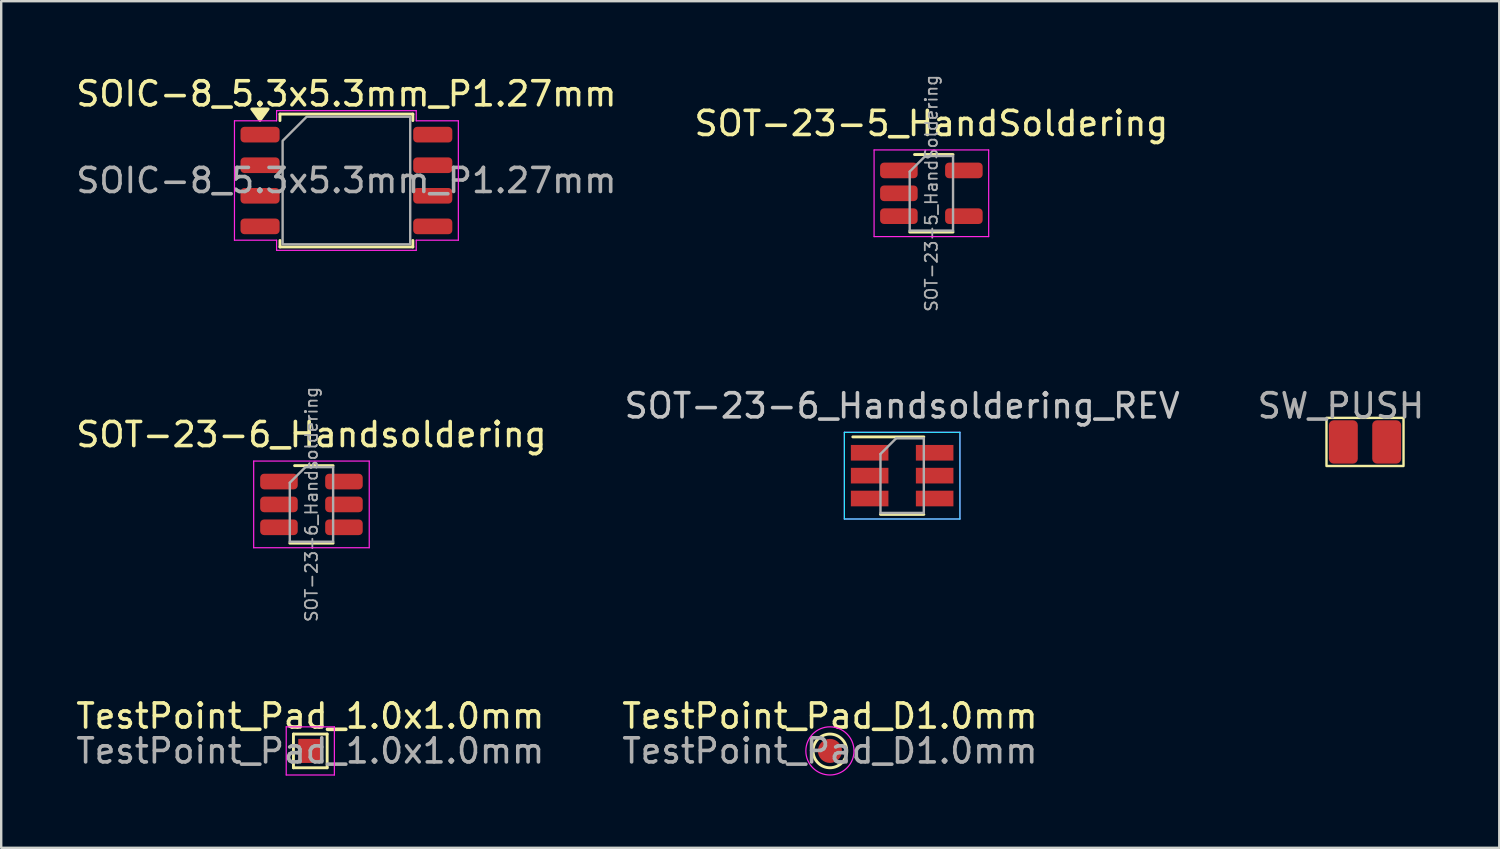
<source format=kicad_pcb>
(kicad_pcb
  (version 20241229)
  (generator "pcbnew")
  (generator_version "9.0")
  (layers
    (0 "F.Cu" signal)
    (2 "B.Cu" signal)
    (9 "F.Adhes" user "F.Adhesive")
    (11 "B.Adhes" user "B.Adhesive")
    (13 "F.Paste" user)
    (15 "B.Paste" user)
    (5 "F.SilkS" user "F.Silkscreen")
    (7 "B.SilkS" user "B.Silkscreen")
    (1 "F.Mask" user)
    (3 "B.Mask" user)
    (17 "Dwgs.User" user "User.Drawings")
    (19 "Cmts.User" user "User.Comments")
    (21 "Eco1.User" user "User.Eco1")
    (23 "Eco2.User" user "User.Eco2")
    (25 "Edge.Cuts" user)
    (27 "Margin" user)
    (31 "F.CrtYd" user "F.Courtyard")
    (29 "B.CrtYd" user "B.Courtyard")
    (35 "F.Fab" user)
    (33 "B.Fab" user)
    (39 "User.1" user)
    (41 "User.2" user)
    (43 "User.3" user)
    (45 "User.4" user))
  (footprint "SOT-23-6_Handsoldering_REV"
    (layer "F.Cu")
    (at 34.423 16.707)
    (property "Reference" "SOT-23-6_Handsoldering_REV" (at 0 -2.9 0) (layer "Dwgs.User") (effects (font (size 1 1) (thickness 0.15))))
    (attr smd)
    (fp_line (start -0.9 1.61) (end 0.9 1.61) (stroke (width 0.12) (type solid)) (layer "F.SilkS"))
    (fp_line (start 0.9 -1.61) (end -2.05 -1.61) (stroke (width 0.12) (type solid)) (layer "F.SilkS"))
    (fp_line (start -2.4 -1.8) (end -2.4 1.8) (stroke (width 0.05) (type solid)) (layer "B.CrtYd"))
    (fp_line (start -2.4 1.8) (end 2.4 1.8) (stroke (width 0.05) (type solid)) (layer "B.CrtYd"))
    (fp_line (start 2.4 -1.8) (end -2.4 -1.8) (stroke (width 0.05) (type solid)) (layer "B.CrtYd"))
    (fp_line (start 2.4 1.8) (end 2.4 -1.8) (stroke (width 0.05) (type solid)) (layer "B.CrtYd"))
    (fp_line (start -2.4 -1.8) (end 2.4 -1.8) (stroke (width 0.05) (type solid)) (layer "F.CrtYd"))
    (fp_line (start -2.4 1.8) (end -2.4 -1.8) (stroke (width 0.05) (type solid)) (layer "F.CrtYd"))
    (fp_line (start 2.4 -1.8) (end 2.4 1.8) (stroke (width 0.05) (type solid)) (layer "F.CrtYd"))
    (fp_line (start 2.4 1.8) (end -2.4 1.8) (stroke (width 0.05) (type solid)) (layer "F.CrtYd"))
    (fp_line (start -0.9 -0.9) (end -0.9 1.55) (stroke (width 0.1) (type solid)) (layer "F.Fab"))
    (fp_line (start -0.9 -0.9) (end -0.25 -1.55) (stroke (width 0.1) (type solid)) (layer "F.Fab"))
    (fp_line (start 0.9 -1.55) (end -0.25 -1.55) (stroke (width 0.1) (type solid)) (layer "F.Fab"))
    (fp_line (start 0.9 -1.55) (end 0.9 1.55) (stroke (width 0.1) (type solid)) (layer "F.Fab"))
    (fp_line (start 0.9 1.55) (end -0.9 1.55) (stroke (width 0.1) (type solid)) (layer "F.Fab"))
    (pad "1" smd rect (at -1.35 -0.95) (size 1.56 0.65) (layers "F.Cu" "F.Mask" "F.Paste"))
    (pad "2" smd rect (at -1.35 0) (size 1.56 0.65) (layers "F.Cu" "F.Mask" "F.Paste"))
    (pad "3" smd rect (at -1.35 0.95) (size 1.56 0.65) (layers "F.Cu" "F.Mask" "F.Paste"))
    (pad "4" smd rect (at 1.35 0.95) (size 1.56 0.65) (layers "F.Cu" "F.Mask" "F.Paste"))
    (pad "5" smd rect (at 1.35 0) (size 1.56 0.65) (layers "F.Cu" "F.Mask" "F.Paste"))
    (pad "6" smd rect (at 1.35 -0.95) (size 1.56 0.65) (layers "F.Cu" "F.Mask" "F.Paste")))
  (footprint "SOIC-8_5.3x5.3mm_P1.27mm"
    (layer "F.Cu")
    (at 11.339 4.448)
    (property "Reference" "SOIC-8_5.3x5.3mm_P1.27mm" (at 0 -3.6 0) (layer "F.SilkS") (effects (font (size 1 1) (thickness 0.15))))
    (attr smd)
    (fp_line (start -2.76 -2.76) (end 2.76 -2.76) (stroke (width 0.12) (type solid)) (layer "F.SilkS"))
    (fp_line (start -2.76 -2.49) (end -2.76 -2.76) (stroke (width 0.12) (type solid)) (layer "F.SilkS"))
    (fp_line (start -2.76 2.76) (end -2.76 2.49) (stroke (width 0.12) (type solid)) (layer "F.SilkS"))
    (fp_line (start 2.76 -2.76) (end 2.76 -2.49) (stroke (width 0.12) (type solid)) (layer "F.SilkS"))
    (fp_line (start 2.76 2.49) (end 2.76 2.76) (stroke (width 0.12) (type solid)) (layer "F.SilkS"))
    (fp_line (start 2.76 2.76) (end -2.76 2.76) (stroke (width 0.12) (type solid)) (layer "F.SilkS"))
    (fp_poly (pts (xy -3.59 -2.5) (xy -3.93 -2.97) (xy -3.25 -2.97)) (stroke (width 0.12) (type solid)) (fill yes) (layer "F.SilkS"))
    (fp_line (start -4.65 -2.48) (end -2.9 -2.48) (stroke (width 0.05) (type solid)) (layer "F.CrtYd"))
    (fp_line (start -4.65 2.48) (end -4.65 -2.48) (stroke (width 0.05) (type solid)) (layer "F.CrtYd"))
    (fp_line (start -2.9 -2.9) (end 2.9 -2.9) (stroke (width 0.05) (type solid)) (layer "F.CrtYd"))
    (fp_line (start -2.9 -2.48) (end -2.9 -2.9) (stroke (width 0.05) (type solid)) (layer "F.CrtYd"))
    (fp_line (start -2.9 2.48) (end -4.65 2.48) (stroke (width 0.05) (type solid)) (layer "F.CrtYd"))
    (fp_line (start -2.9 2.9) (end -2.9 2.48) (stroke (width 0.05) (type solid)) (layer "F.CrtYd"))
    (fp_line (start 2.9 -2.9) (end 2.9 -2.48) (stroke (width 0.05) (type solid)) (layer "F.CrtYd"))
    (fp_line (start 2.9 -2.48) (end 4.65 -2.48) (stroke (width 0.05) (type solid)) (layer "F.CrtYd"))
    (fp_line (start 2.9 2.48) (end 2.9 2.9) (stroke (width 0.05) (type solid)) (layer "F.CrtYd"))
    (fp_line (start 2.9 2.9) (end -2.9 2.9) (stroke (width 0.05) (type solid)) (layer "F.CrtYd"))
    (fp_line (start 4.65 -2.48) (end 4.65 2.48) (stroke (width 0.05) (type solid)) (layer "F.CrtYd"))
    (fp_line (start 4.65 2.48) (end 2.9 2.48) (stroke (width 0.05) (type solid)) (layer "F.CrtYd"))
    (fp_poly (pts (xy -2.65 -1.65) (xy -2.65 2.65) (xy 2.65 2.65) (xy 2.65 -2.65) (xy -1.65 -2.65)) (stroke (width 0.1) (type solid)) (fill no) (layer "F.Fab"))
    (fp_text user "${REFERENCE}" (at 0 0 0) (layer "F.Fab") (effects (font (size 1 1) (thickness 0.15))))
    (pad "1" smd roundrect (at -3.587 -1.905) (size 1.625 0.65) (layers "F.Cu" "F.Mask" "F.Paste") (roundrect_rratio 0.25))
    (pad "2" smd roundrect (at -3.587 -0.635) (size 1.625 0.65) (layers "F.Cu" "F.Mask" "F.Paste") (roundrect_rratio 0.25))
    (pad "3" smd roundrect (at -3.587 0.635) (size 1.625 0.65) (layers "F.Cu" "F.Mask" "F.Paste") (roundrect_rratio 0.25))
    (pad "4" smd roundrect (at -3.587 1.905) (size 1.625 0.65) (layers "F.Cu" "F.Mask" "F.Paste") (roundrect_rratio 0.25))
    (pad "5" smd roundrect (at 3.587 1.905) (size 1.625 0.65) (layers "F.Cu" "F.Mask" "F.Paste") (roundrect_rratio 0.25))
    (pad "6" smd roundrect (at 3.587 0.635) (size 1.625 0.65) (layers "F.Cu" "F.Mask" "F.Paste") (roundrect_rratio 0.25))
    (pad "7" smd roundrect (at 3.587 -0.635) (size 1.625 0.65) (layers "F.Cu" "F.Mask" "F.Paste") (roundrect_rratio 0.25))
    (pad "8" smd roundrect (at 3.587 -1.905) (size 1.625 0.65) (layers "F.Cu" "F.Mask" "F.Paste") (roundrect_rratio 0.25)))
  (footprint "TestPoint_Pad_D1.0mm"
    (layer "F.Cu")
    (at 31.423 28.141)
    (property "Reference" "TestPoint_Pad_D1.0mm" (at 0 -1.448 0) (layer "F.SilkS") (effects (font (size 1 1) (thickness 0.15))))
    (attr exclude_from_pos_files exclude_from_bom)
    (fp_circle (center 0 0) (end 0 0.7) (stroke (width 0.12) (type solid)) (fill no) (layer "F.SilkS"))
    (fp_circle (center 0 0) (end 1 0) (stroke (width 0.05) (type solid)) (fill no) (layer "F.CrtYd"))
    (fp_text user "${REFERENCE}" (at 0 0 0) (layer "F.Fab") (effects (font (size 1 1) (thickness 0.15))))
    (pad "1" smd circle (at 0 0) (size 1 1) (layers "F.Cu" "F.Mask")))
  (footprint "SOT-23-6_Handsoldering"
    (layer "F.Cu")
    (at 9.887 17.902)
    (property "Reference" "SOT-23-6_Handsoldering" (at 0 -2.9 0) (layer "F.SilkS") (effects (font (size 1 1) (thickness 0.15))))
    (attr smd)
    (fp_line (start -0.9 1.61) (end 0.9 1.61) (stroke (width 0.12) (type solid)) (layer "F.SilkS"))
    (fp_line (start 0.1 -1.61) (end -0.7 -1.61) (stroke (width 0.12) (type solid)) (layer "F.SilkS"))
    (fp_line (start 0.1 -1.61) (end 0.9 -1.61) (stroke (width 0.12) (type solid)) (layer "F.SilkS"))
    (fp_line (start -2.4 -1.8) (end 2.4 -1.8) (stroke (width 0.05) (type solid)) (layer "F.CrtYd"))
    (fp_line (start -2.4 1.8) (end -2.4 -1.8) (stroke (width 0.05) (type solid)) (layer "F.CrtYd"))
    (fp_line (start 2.4 -1.8) (end 2.4 1.8) (stroke (width 0.05) (type solid)) (layer "F.CrtYd"))
    (fp_line (start 2.4 1.8) (end -2.4 1.8) (stroke (width 0.05) (type solid)) (layer "F.CrtYd"))
    (fp_line (start -0.9 -0.9) (end -0.9 1.55) (stroke (width 0.1) (type solid)) (layer "F.Fab"))
    (fp_line (start -0.9 -0.9) (end -0.25 -1.55) (stroke (width 0.1) (type solid)) (layer "F.Fab"))
    (fp_line (start 0.9 -1.55) (end -0.25 -1.55) (stroke (width 0.1) (type solid)) (layer "F.Fab"))
    (fp_line (start 0.9 -1.55) (end 0.9 1.55) (stroke (width 0.1) (type solid)) (layer "F.Fab"))
    (fp_line (start 0.9 1.55) (end -0.9 1.55) (stroke (width 0.1) (type solid)) (layer "F.Fab"))
    (fp_text user "${REFERENCE}" (at 0 0 90) (layer "F.Fab") (effects (font (size 0.5 0.5) (thickness 0.075))))
    (pad "1" smd roundrect (at -1.35 -0.95) (size 1.56 0.65) (layers "F.Cu" "F.Mask" "F.Paste") (roundrect_rratio 0.25))
    (pad "2" smd roundrect (at -1.35 0) (size 1.56 0.65) (layers "F.Cu" "F.Mask" "F.Paste") (roundrect_rratio 0.25))
    (pad "3" smd roundrect (at -1.35 0.95) (size 1.56 0.65) (layers "F.Cu" "F.Mask" "F.Paste") (roundrect_rratio 0.25))
    (pad "4" smd roundrect (at 1.35 0.95) (size 1.56 0.65) (layers "F.Cu" "F.Mask" "F.Paste") (roundrect_rratio 0.25))
    (pad "5" smd roundrect (at 1.35 0) (size 1.56 0.65) (layers "F.Cu" "F.Mask" "F.Paste") (roundrect_rratio 0.25))
    (pad "6" smd roundrect (at 1.35 -0.95) (size 1.56 0.65) (layers "F.Cu" "F.Mask" "F.Paste") (roundrect_rratio 0.25)))
  (footprint "SOT-23-5_HandSoldering"
    (layer "F.Cu")
    (at 35.637 4.979)
    (property "Reference" "SOT-23-5_HandSoldering" (at 0 -2.9 0) (layer "F.SilkS") (effects (font (size 1 1) (thickness 0.15))))
    (attr smd)
    (fp_line (start -0.9 1.61) (end 0.9 1.61) (stroke (width 0.12) (type solid)) (layer "F.SilkS"))
    (fp_line (start 0.1 -1.61) (end -0.7 -1.61) (stroke (width 0.12) (type solid)) (layer "F.SilkS"))
    (fp_line (start 0.1 -1.61) (end 0.9 -1.61) (stroke (width 0.12) (type solid)) (layer "F.SilkS"))
    (fp_line (start -2.38 -1.8) (end -2.38 1.8) (stroke (width 0.05) (type solid)) (layer "F.CrtYd"))
    (fp_line (start -2.38 -1.8) (end 2.38 -1.8) (stroke (width 0.05) (type solid)) (layer "F.CrtYd"))
    (fp_line (start 2.38 1.8) (end -2.38 1.8) (stroke (width 0.05) (type solid)) (layer "F.CrtYd"))
    (fp_line (start 2.38 1.8) (end 2.38 -1.8) (stroke (width 0.05) (type solid)) (layer "F.CrtYd"))
    (fp_line (start -0.9 -0.9) (end -0.9 1.55) (stroke (width 0.1) (type solid)) (layer "F.Fab"))
    (fp_line (start -0.9 -0.9) (end -0.25 -1.55) (stroke (width 0.1) (type solid)) (layer "F.Fab"))
    (fp_line (start 0.9 -1.55) (end -0.25 -1.55) (stroke (width 0.1) (type solid)) (layer "F.Fab"))
    (fp_line (start 0.9 -1.55) (end 0.9 1.55) (stroke (width 0.1) (type solid)) (layer "F.Fab"))
    (fp_line (start 0.9 1.55) (end -0.9 1.55) (stroke (width 0.1) (type solid)) (layer "F.Fab"))
    (fp_text user "${REFERENCE}" (at 0 0 90) (layer "F.Fab") (effects (font (size 0.5 0.5) (thickness 0.075))))
    (pad "1" smd roundrect (at -1.35 -0.95) (size 1.56 0.65) (layers "F.Cu" "F.Mask" "F.Paste") (roundrect_rratio 0.25))
    (pad "2" smd roundrect (at -1.35 0) (size 1.56 0.65) (layers "F.Cu" "F.Mask" "F.Paste") (roundrect_rratio 0.25))
    (pad "3" smd roundrect (at -1.35 0.95) (size 1.56 0.65) (layers "F.Cu" "F.Mask" "F.Paste") (roundrect_rratio 0.25))
    (pad "4" smd roundrect (at 1.35 0.95) (size 1.56 0.65) (layers "F.Cu" "F.Mask" "F.Paste") (roundrect_rratio 0.25))
    (pad "5" smd roundrect (at 1.35 -0.95) (size 1.56 0.65) (layers "F.Cu" "F.Mask" "F.Paste") (roundrect_rratio 0.25)))
  (footprint "SW_PUSH"
    (layer "F.Cu")
    (at 53.649 15.307)
    (property "Reference" "SW_PUSH" (at -1 -1.5 0) (layer "F.Fab") (effects (font (size 1 1) (thickness 0.15))))
    (attr through_hole)
    (fp_rect (start -1.6 -1) (end 1.6 1) (stroke (width 0.1) (type default)) (fill no) (layer "F.SilkS"))
    (pad "1" smd roundrect (at -0.9 0) (size 1.2 1.8) (layers "F.Cu" "F.Mask" "F.Paste") (roundrect_rratio 0.167))
    (pad "2" smd roundrect (at 0.9 0) (size 1.2 1.8) (layers "F.Cu" "F.Mask" "F.Paste") (roundrect_rratio 0.167)))
  (footprint "TestPoint_Pad_1.0x1.0mm"
    (layer "F.Cu")
    (at 9.839 28.141)
    (property "Reference" "TestPoint_Pad_1.0x1.0mm" (at 0 -1.448 0) (layer "F.SilkS") (effects (font (size 1 1) (thickness 0.15))))
    (attr exclude_from_pos_files exclude_from_bom)
    (fp_line (start -0.7 -0.7) (end 0.7 -0.7) (stroke (width 0.12) (type solid)) (layer "F.SilkS"))
    (fp_line (start -0.7 0.7) (end -0.7 -0.7) (stroke (width 0.12) (type solid)) (layer "F.SilkS"))
    (fp_line (start 0.7 -0.7) (end 0.7 0.7) (stroke (width 0.12) (type solid)) (layer "F.SilkS"))
    (fp_line (start 0.7 0.7) (end -0.7 0.7) (stroke (width 0.12) (type solid)) (layer "F.SilkS"))
    (fp_line (start -1 -1) (end -1 1) (stroke (width 0.05) (type solid)) (layer "F.CrtYd"))
    (fp_line (start -1 -1) (end 1 -1) (stroke (width 0.05) (type solid)) (layer "F.CrtYd"))
    (fp_line (start 1 1) (end -1 1) (stroke (width 0.05) (type solid)) (layer "F.CrtYd"))
    (fp_line (start 1 1) (end 1 -1) (stroke (width 0.05) (type solid)) (layer "F.CrtYd"))
    (fp_text user "${REFERENCE}" (at 0 0 0) (layer "F.Fab") (effects (font (size 1 1) (thickness 0.15))))
    (pad "1" smd rect (at 0 0) (size 1 1) (layers "F.Cu" "F.Mask")))
  (gr_rect
    (start -3 -3)
    (end 59.226 32.166)
    (stroke (width 0.1) (type default))
    (fill no)
    (layer "Edge.Cuts")))
</source>
